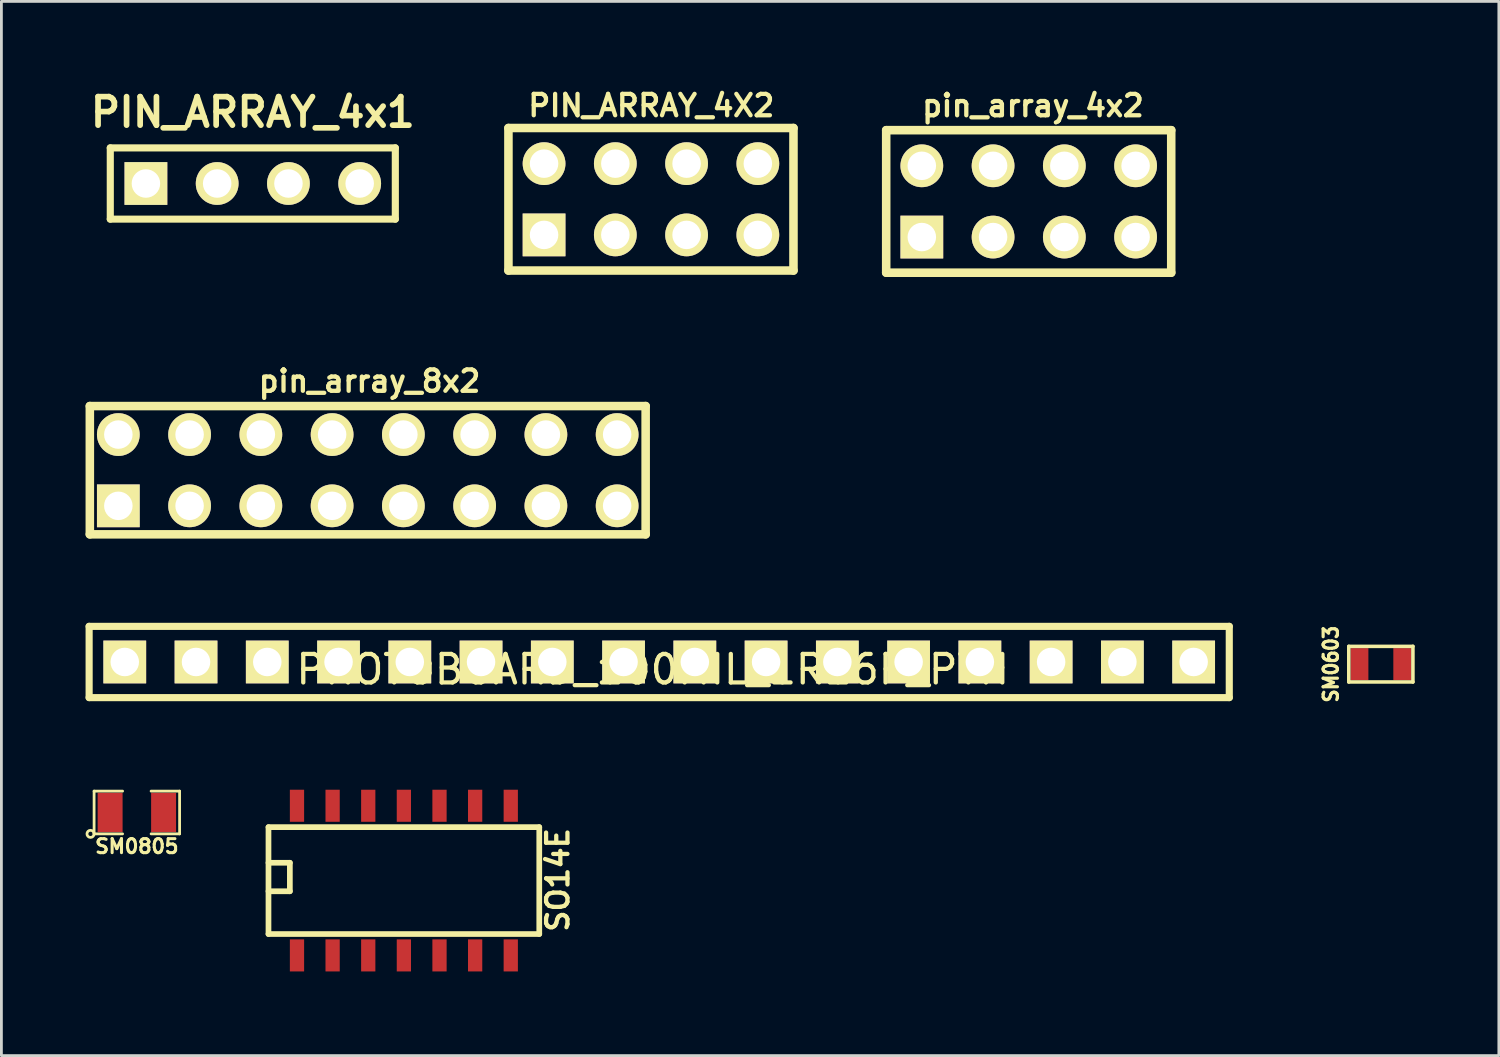
<source format=kicad_pcb>
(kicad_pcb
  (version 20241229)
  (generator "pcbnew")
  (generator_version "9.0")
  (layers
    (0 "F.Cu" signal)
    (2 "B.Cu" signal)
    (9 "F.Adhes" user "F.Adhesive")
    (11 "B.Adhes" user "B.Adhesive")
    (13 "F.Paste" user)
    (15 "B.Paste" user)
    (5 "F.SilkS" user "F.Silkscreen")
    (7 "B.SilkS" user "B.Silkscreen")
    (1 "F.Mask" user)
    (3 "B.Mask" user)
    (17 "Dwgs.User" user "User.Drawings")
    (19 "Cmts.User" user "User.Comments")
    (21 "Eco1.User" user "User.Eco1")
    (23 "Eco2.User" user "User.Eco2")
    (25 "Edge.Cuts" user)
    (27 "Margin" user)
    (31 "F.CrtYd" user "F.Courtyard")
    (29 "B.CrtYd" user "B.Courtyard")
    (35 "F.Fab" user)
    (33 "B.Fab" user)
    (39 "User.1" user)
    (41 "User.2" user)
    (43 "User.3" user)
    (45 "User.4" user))
  (footprint "pin_array_4x2"
    (layer "F.Cu")
    (at 33.618 4.13)
    (property "Reference" "pin_array_4x2" (at 0.152 -3.416 0) (layer "F.SilkS") (effects (font (size 0.762 0.762) (thickness 0.152))))
    (attr through_hole)
    (fp_line (start -5.08 -2.54) (end 5.08 -2.54) (stroke (width 0.305) (type solid)) (layer "F.SilkS"))
    (fp_line (start -5.08 2.54) (end -5.08 -2.54) (stroke (width 0.305) (type solid)) (layer "F.SilkS"))
    (fp_line (start 5.08 -2.54) (end 5.08 2.54) (stroke (width 0.305) (type solid)) (layer "F.SilkS"))
    (fp_line (start 5.08 2.54) (end -5.08 2.54) (stroke (width 0.305) (type solid)) (layer "F.SilkS"))
    (pad "1" thru_hole rect (at -3.81 1.27) (size 1.524 1.524) (drill 1.016) (layers "*.Cu" "*.Mask" "F.SilkS"))
    (pad "2" thru_hole circle (at -3.81 -1.27) (size 1.524 1.524) (drill 1.016) (layers "*.Cu" "*.Mask" "F.SilkS"))
    (pad "3" thru_hole circle (at -1.27 1.27) (size 1.524 1.524) (drill 1.016) (layers "*.Cu" "*.Mask" "F.SilkS"))
    (pad "4" thru_hole circle (at -1.27 -1.27) (size 1.524 1.524) (drill 1.016) (layers "*.Cu" "*.Mask" "F.SilkS"))
    (pad "5" thru_hole circle (at 1.27 1.27) (size 1.524 1.524) (drill 1.016) (layers "*.Cu" "*.Mask" "F.SilkS"))
    (pad "6" thru_hole circle (at 1.27 -1.27) (size 1.524 1.524) (drill 1.016) (layers "*.Cu" "*.Mask" "F.SilkS"))
    (pad "7" thru_hole circle (at 3.81 1.27) (size 1.524 1.524) (drill 1.016) (layers "*.Cu" "*.Mask" "F.SilkS"))
    (pad "8" thru_hole circle (at 3.81 -1.27) (size 1.524 1.524) (drill 1.016) (layers "*.Cu" "*.Mask" "F.SilkS")))
  (footprint "pin_array_8x2"
    (layer "F.Cu")
    (at 10.058 13.71)
    (property "Reference" "pin_array_8x2" (at 0.064 -3.175 0) (layer "F.SilkS") (effects (font (size 0.762 0.762) (thickness 0.152))))
    (attr through_hole)
    (fp_line (start -9.906 -2.286) (end 9.906 -2.286) (stroke (width 0.305) (type solid)) (layer "F.SilkS"))
    (fp_line (start -9.906 2.286) (end -9.906 -2.286) (stroke (width 0.305) (type solid)) (layer "F.SilkS"))
    (fp_line (start 9.906 -2.286) (end 9.906 2.286) (stroke (width 0.305) (type solid)) (layer "F.SilkS"))
    (fp_line (start 9.906 2.286) (end -9.906 2.286) (stroke (width 0.305) (type solid)) (layer "F.SilkS"))
    (pad "1" thru_hole rect (at -8.89 1.27) (size 1.524 1.524) (drill 1.016) (layers "*.Cu" "*.Mask" "F.SilkS"))
    (pad "2" thru_hole circle (at -8.89 -1.27) (size 1.524 1.524) (drill 1.016) (layers "*.Cu" "*.Mask" "F.SilkS"))
    (pad "3" thru_hole circle (at -6.35 1.27) (size 1.524 1.524) (drill 1.016) (layers "*.Cu" "*.Mask" "F.SilkS"))
    (pad "4" thru_hole circle (at -6.35 -1.27) (size 1.524 1.524) (drill 1.016) (layers "*.Cu" "*.Mask" "F.SilkS"))
    (pad "5" thru_hole circle (at -3.81 1.27) (size 1.524 1.524) (drill 1.016) (layers "*.Cu" "*.Mask" "F.SilkS"))
    (pad "6" thru_hole circle (at -3.81 -1.27) (size 1.524 1.524) (drill 1.016) (layers "*.Cu" "*.Mask" "F.SilkS"))
    (pad "7" thru_hole circle (at -1.27 1.27) (size 1.524 1.524) (drill 1.016) (layers "*.Cu" "*.Mask" "F.SilkS"))
    (pad "8" thru_hole circle (at -1.27 -1.27) (size 1.524 1.524) (drill 1.016) (layers "*.Cu" "*.Mask" "F.SilkS"))
    (pad "9" thru_hole circle (at 1.27 1.27) (size 1.524 1.524) (drill 1.016) (layers "*.Cu" "*.Mask" "F.SilkS"))
    (pad "10" thru_hole circle (at 1.27 -1.27) (size 1.524 1.524) (drill 1.016) (layers "*.Cu" "*.Mask" "F.SilkS"))
    (pad "11" thru_hole circle (at 3.81 1.27) (size 1.524 1.524) (drill 1.016) (layers "*.Cu" "*.Mask" "F.SilkS"))
    (pad "12" thru_hole circle (at 3.81 -1.27) (size 1.524 1.524) (drill 1.016) (layers "*.Cu" "*.Mask" "F.SilkS"))
    (pad "13" thru_hole circle (at 6.35 1.27) (size 1.524 1.524) (drill 1.016) (layers "*.Cu" "*.Mask" "F.SilkS"))
    (pad "14" thru_hole circle (at 6.35 -1.27) (size 1.524 1.524) (drill 1.016) (layers "*.Cu" "*.Mask" "F.SilkS"))
    (pad "15" thru_hole circle (at 8.89 1.27) (size 1.524 1.524) (drill 1.016) (layers "*.Cu" "*.Mask" "F.SilkS"))
    (pad "16" thru_hole circle (at 8.89 -1.27) (size 1.524 1.524) (drill 1.016) (layers "*.Cu" "*.Mask" "F.SilkS")))
  (footprint "SM0805"
    (layer "F.Cu")
    (at 1.828 25.911)
    (property "Reference" "SM0805" (at 0 1.206 0) (layer "F.SilkS") (effects (font (size 0.5 0.5) (thickness 0.109))))
    (attr smd)
    (fp_line (start -1.524 -0.762) (end -0.508 -0.762) (stroke (width 0.099) (type solid)) (layer "F.SilkS"))
    (fp_line (start -1.524 0.762) (end -1.524 -0.762) (stroke (width 0.099) (type solid)) (layer "F.SilkS"))
    (fp_line (start -0.508 0.762) (end -1.524 0.762) (stroke (width 0.099) (type solid)) (layer "F.SilkS"))
    (fp_line (start 0.508 -0.762) (end 1.524 -0.762) (stroke (width 0.099) (type solid)) (layer "F.SilkS"))
    (fp_line (start 1.524 -0.762) (end 1.524 0.762) (stroke (width 0.099) (type solid)) (layer "F.SilkS"))
    (fp_line (start 1.524 0.762) (end 0.508 0.762) (stroke (width 0.099) (type solid)) (layer "F.SilkS"))
    (fp_circle (center -1.651 0.762) (end -1.651 0.635) (stroke (width 0.099) (type solid)) (fill no) (layer "F.SilkS"))
    (pad "1" smd rect (at -0.953 0) (size 0.889 1.397) (layers "F.Cu" "F.Mask" "F.Paste"))
    (pad "2" smd rect (at 0.953 0) (size 0.889 1.397) (layers "F.Cu" "F.Mask" "F.Paste")))
  (footprint "SO14E"
    (layer "F.Cu")
    (at 11.346 28.211)
    (property "Reference" "SO14E" (at 5.486 0.102 90) (layer "F.SilkS") (effects (font (size 0.762 0.762) (thickness 0.152))))
    (attr smd)
    (fp_line (start -4.826 -1.778) (end 4.826 -1.778) (stroke (width 0.203) (type solid)) (layer "F.SilkS"))
    (fp_line (start -4.826 -0.508) (end -4.064 -0.508) (stroke (width 0.203) (type solid)) (layer "F.SilkS"))
    (fp_line (start -4.826 2.032) (end -4.826 -1.778) (stroke (width 0.203) (type solid)) (layer "F.SilkS"))
    (fp_line (start -4.064 -0.508) (end -4.064 0.508) (stroke (width 0.203) (type solid)) (layer "F.SilkS"))
    (fp_line (start -4.064 0.508) (end -4.826 0.508) (stroke (width 0.203) (type solid)) (layer "F.SilkS"))
    (fp_line (start 4.826 -1.778) (end 4.826 2.032) (stroke (width 0.203) (type solid)) (layer "F.SilkS"))
    (fp_line (start 4.826 2.032) (end -4.826 2.032) (stroke (width 0.203) (type solid)) (layer "F.SilkS"))
    (pad "1" smd rect (at -3.81 2.794) (size 0.508 1.143) (layers "F.Cu" "F.Mask" "F.Paste"))
    (pad "2" smd rect (at -2.54 2.794) (size 0.508 1.143) (layers "F.Cu" "F.Mask" "F.Paste"))
    (pad "3" smd rect (at -1.27 2.794) (size 0.508 1.143) (layers "F.Cu" "F.Mask" "F.Paste"))
    (pad "4" smd rect (at 0 2.794) (size 0.508 1.143) (layers "F.Cu" "F.Mask" "F.Paste"))
    (pad "5" smd rect (at 1.27 2.794) (size 0.508 1.143) (layers "F.Cu" "F.Mask" "F.Paste"))
    (pad "6" smd rect (at 2.54 2.794) (size 0.508 1.143) (layers "F.Cu" "F.Mask" "F.Paste"))
    (pad "7" smd rect (at 3.81 2.794) (size 0.508 1.143) (layers "F.Cu" "F.Mask" "F.Paste"))
    (pad "8" smd rect (at 3.81 -2.54) (size 0.508 1.143) (layers "F.Cu" "F.Mask" "F.Paste"))
    (pad "9" smd rect (at 2.54 -2.54) (size 0.508 1.143) (layers "F.Cu" "F.Mask" "F.Paste"))
    (pad "10" smd rect (at 1.27 -2.54) (size 0.508 1.143) (layers "F.Cu" "F.Mask" "F.Paste"))
    (pad "11" smd rect (at 0 -2.54) (size 0.508 1.143) (layers "F.Cu" "F.Mask" "F.Paste"))
    (pad "12" smd rect (at -1.27 -2.54) (size 0.508 1.143) (layers "F.Cu" "F.Mask" "F.Paste"))
    (pad "13" smd rect (at -2.54 -2.54) (size 0.508 1.143) (layers "F.Cu" "F.Mask" "F.Paste"))
    (pad "14" smd rect (at -3.81 -2.54) (size 0.508 1.143) (layers "F.Cu" "F.Mask" "F.Paste")))
  (footprint "SM0603"
    (layer "F.Cu")
    (at 46.17 20.624)
    (property "Reference" "SM0603" (at -1.778 0 90) (layer "F.SilkS") (effects (font (size 0.508 0.457) (thickness 0.114))))
    (attr smd)
    (fp_line (start -1.143 -0.635) (end 1.143 -0.635) (stroke (width 0.127) (type solid)) (layer "F.SilkS"))
    (fp_line (start -1.143 0.635) (end -1.143 -0.635) (stroke (width 0.127) (type solid)) (layer "F.SilkS"))
    (fp_line (start 1.143 -0.635) (end 1.143 0.635) (stroke (width 0.127) (type solid)) (layer "F.SilkS"))
    (fp_line (start 1.143 0.635) (end -1.143 0.635) (stroke (width 0.127) (type solid)) (layer "F.SilkS"))
    (pad "1" smd rect (at -0.762 0) (size 0.635 1.143) (layers "F.Cu" "F.Mask" "F.Paste"))
    (pad "2" smd rect (at 0.762 0) (size 0.635 1.143) (layers "F.Cu" "F.Mask" "F.Paste")))
  (footprint "PIN_ARRAY_4x1"
    (layer "F.Cu")
    (at 5.961 3.491)
    (property "Reference" "PIN_ARRAY_4x1" (at 0 -2.54 0) (layer "F.SilkS") (effects (font (size 1.016 1.016) (thickness 0.203))))
    (attr through_hole)
    (fp_line (start -5.08 -1.27) (end -5.08 1.27) (stroke (width 0.254) (type solid)) (layer "F.SilkS"))
    (fp_line (start 5.08 -1.27) (end -5.08 -1.27) (stroke (width 0.254) (type solid)) (layer "F.SilkS"))
    (fp_line (start 5.08 1.27) (end -5.08 1.27) (stroke (width 0.254) (type solid)) (layer "F.SilkS"))
    (fp_line (start 5.08 1.27) (end 5.08 -1.27) (stroke (width 0.254) (type solid)) (layer "F.SilkS"))
    (pad "1" thru_hole rect (at -3.81 0) (size 1.524 1.524) (drill 1.016) (layers "*.Cu" "*.Mask" "F.SilkS"))
    (pad "2" thru_hole circle (at -1.27 0) (size 1.524 1.524) (drill 1.016) (layers "*.Cu" "*.Mask" "F.SilkS"))
    (pad "3" thru_hole circle (at 1.27 0) (size 1.524 1.524) (drill 1.016) (layers "*.Cu" "*.Mask" "F.SilkS"))
    (pad "4" thru_hole circle (at 3.81 0) (size 1.524 1.524) (drill 1.016) (layers "*.Cu" "*.Mask" "F.SilkS")))
  (footprint "PROTOBOARD_100MIL_1R16P_PTH"
    (layer "F.Cu")
    (at 20.447 20.546)
    (property "Reference" "PROTOBOARD_100MIL_1R16P_PTH" (at -0.229 0.267 0) (layer "F.SilkS") (effects (font (size 1.016 1.016) (thickness 0.152))))
    (attr through_hole)
    (fp_line (start -20.32 -1.27) (end 20.32 -1.27) (stroke (width 0.254) (type solid)) (layer "F.SilkS"))
    (fp_line (start -20.32 1.27) (end -20.32 -1.27) (stroke (width 0.254) (type solid)) (layer "F.SilkS"))
    (fp_line (start 20.32 -1.27) (end 20.32 1.27) (stroke (width 0.254) (type solid)) (layer "F.SilkS"))
    (fp_line (start 20.32 1.27) (end -20.32 1.27) (stroke (width 0.254) (type solid)) (layer "F.SilkS"))
    (pad "1" thru_hole rect (at -19.05 0) (size 1.524 1.524) (drill 1.016) (layers "*.Cu" "*.Mask" "F.SilkS"))
    (pad "2" thru_hole rect (at -16.51 0) (size 1.524 1.524) (drill 1.016) (layers "*.Cu" "*.Mask" "F.SilkS"))
    (pad "3" thru_hole rect (at -13.97 0) (size 1.524 1.524) (drill 1.016) (layers "*.Cu" "*.Mask" "F.SilkS"))
    (pad "4" thru_hole rect (at -11.43 0) (size 1.524 1.524) (drill 1.016) (layers "*.Cu" "*.Mask" "F.SilkS"))
    (pad "5" thru_hole rect (at -8.89 0) (size 1.524 1.524) (drill 1.016) (layers "*.Cu" "*.Mask" "F.SilkS"))
    (pad "6" thru_hole rect (at -6.35 0) (size 1.524 1.524) (drill 1.016) (layers "*.Cu" "*.Mask" "F.SilkS"))
    (pad "7" thru_hole rect (at -3.81 0) (size 1.524 1.524) (drill 1.016) (layers "*.Cu" "*.Mask" "F.SilkS"))
    (pad "8" thru_hole rect (at -1.27 0) (size 1.524 1.524) (drill 1.016) (layers "*.Cu" "*.Mask" "F.SilkS"))
    (pad "9" thru_hole rect (at 1.27 0) (size 1.524 1.524) (drill 1.016) (layers "*.Cu" "*.Mask" "F.SilkS"))
    (pad "10" thru_hole rect (at 3.81 0) (size 1.524 1.524) (drill 1.016) (layers "*.Cu" "*.Mask" "F.SilkS"))
    (pad "11" thru_hole rect (at 6.35 0) (size 1.524 1.524) (drill 1.016) (layers "*.Cu" "*.Mask" "F.SilkS"))
    (pad "12" thru_hole rect (at 8.89 0) (size 1.524 1.524) (drill 1.016) (layers "*.Cu" "*.Mask" "F.SilkS"))
    (pad "13" thru_hole rect (at 11.43 0) (size 1.524 1.524) (drill 1.016) (layers "*.Cu" "*.Mask" "F.SilkS"))
    (pad "14" thru_hole rect (at 13.97 0) (size 1.524 1.524) (drill 1.016) (layers "*.Cu" "*.Mask" "F.SilkS"))
    (pad "15" thru_hole rect (at 16.51 0) (size 1.524 1.524) (drill 1.016) (layers "*.Cu" "*.Mask" "F.SilkS"))
    (pad "16" thru_hole rect (at 19.05 0) (size 1.524 1.524) (drill 1.016) (layers "*.Cu" "*.Mask" "F.SilkS")))
  (footprint "PIN_ARRAY_4X2"
    (layer "F.Cu")
    (at 20.153 4.053)
    (property "Reference" "PIN_ARRAY_4X2" (at 0.013 -3.34 0) (layer "F.SilkS") (effects (font (size 0.762 0.762) (thickness 0.152))))
    (attr through_hole)
    (fp_line (start -5.08 -2.54) (end 5.08 -2.54) (stroke (width 0.305) (type solid)) (layer "F.SilkS"))
    (fp_line (start -5.08 2.54) (end -5.08 -2.54) (stroke (width 0.305) (type solid)) (layer "F.SilkS"))
    (fp_line (start 5.08 -2.54) (end 5.08 2.54) (stroke (width 0.305) (type solid)) (layer "F.SilkS"))
    (fp_line (start 5.08 2.54) (end -5.08 2.54) (stroke (width 0.305) (type solid)) (layer "F.SilkS"))
    (pad "1" thru_hole rect (at -3.81 1.27) (size 1.524 1.524) (drill 1.016) (layers "*.Cu" "*.Mask" "F.SilkS"))
    (pad "2" thru_hole circle (at -3.81 -1.27) (size 1.524 1.524) (drill 1.016) (layers "*.Cu" "*.Mask" "F.SilkS"))
    (pad "3" thru_hole circle (at -1.27 1.27) (size 1.524 1.524) (drill 1.016) (layers "*.Cu" "*.Mask" "F.SilkS"))
    (pad "4" thru_hole circle (at -1.27 -1.27) (size 1.524 1.524) (drill 1.016) (layers "*.Cu" "*.Mask" "F.SilkS"))
    (pad "5" thru_hole circle (at 1.27 1.27) (size 1.524 1.524) (drill 1.016) (layers "*.Cu" "*.Mask" "F.SilkS"))
    (pad "6" thru_hole circle (at 1.27 -1.27) (size 1.524 1.524) (drill 1.016) (layers "*.Cu" "*.Mask" "F.SilkS"))
    (pad "7" thru_hole circle (at 3.81 1.27) (size 1.524 1.524) (drill 1.016) (layers "*.Cu" "*.Mask" "F.SilkS"))
    (pad "8" thru_hole circle (at 3.81 -1.27) (size 1.524 1.524) (drill 1.016) (layers "*.Cu" "*.Mask" "F.SilkS")))
  (gr_rect
    (start -3 -3)
    (end 50.376 34.577)
    (stroke (width 0.1) (type default))
    (fill no)
    (layer "Edge.Cuts")))
</source>
